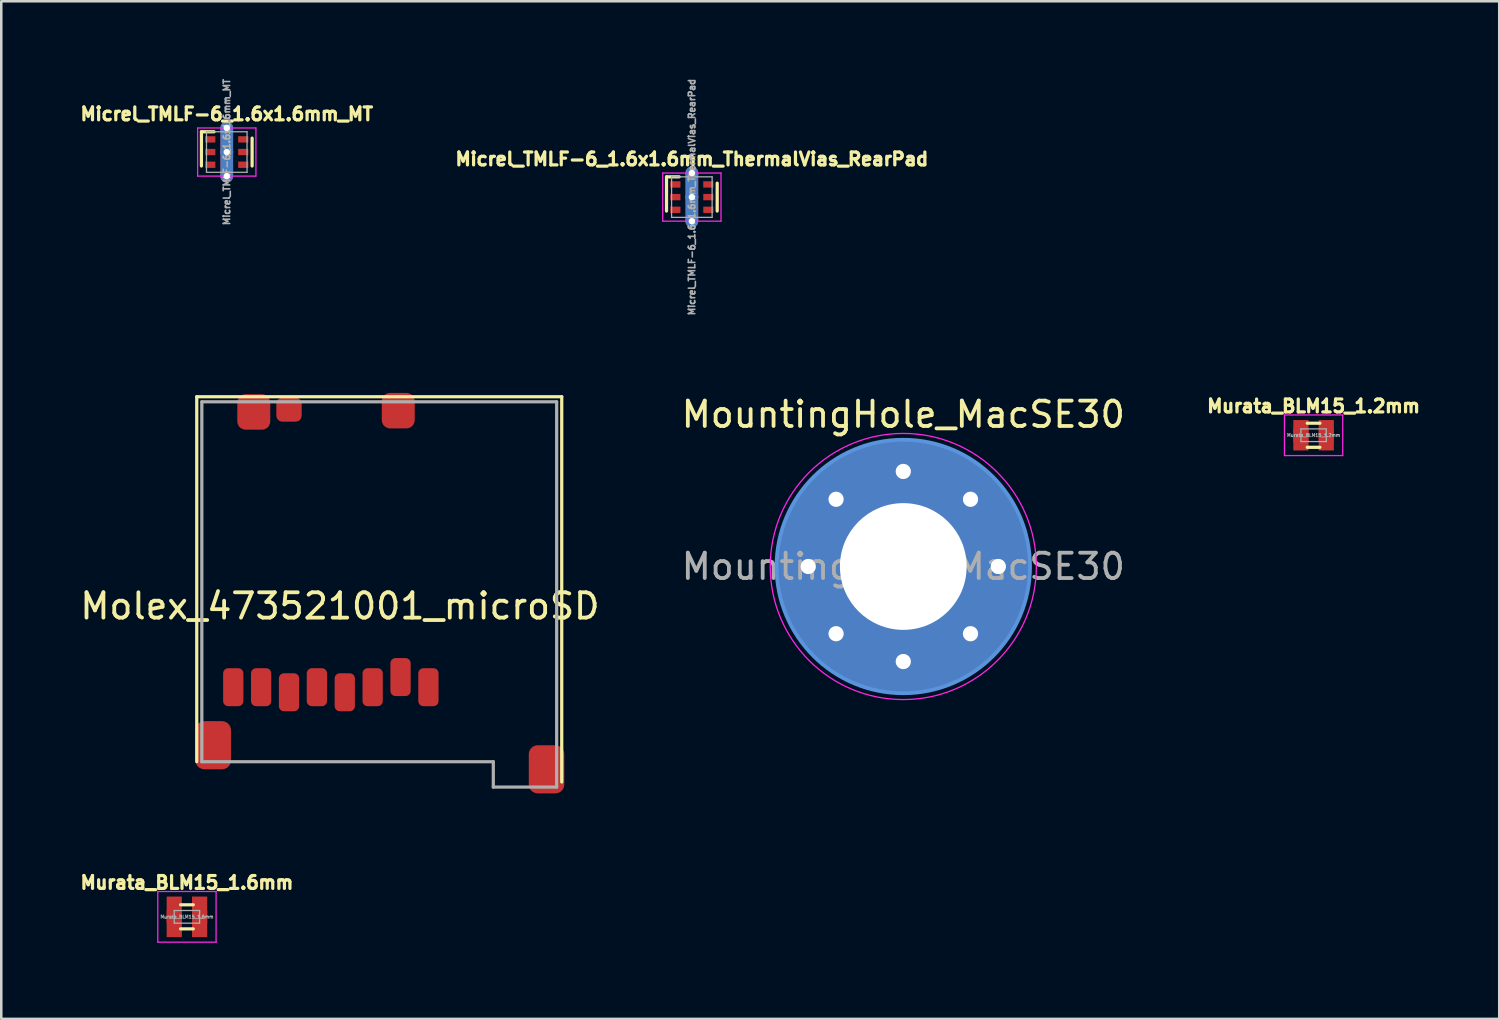
<source format=kicad_pcb>
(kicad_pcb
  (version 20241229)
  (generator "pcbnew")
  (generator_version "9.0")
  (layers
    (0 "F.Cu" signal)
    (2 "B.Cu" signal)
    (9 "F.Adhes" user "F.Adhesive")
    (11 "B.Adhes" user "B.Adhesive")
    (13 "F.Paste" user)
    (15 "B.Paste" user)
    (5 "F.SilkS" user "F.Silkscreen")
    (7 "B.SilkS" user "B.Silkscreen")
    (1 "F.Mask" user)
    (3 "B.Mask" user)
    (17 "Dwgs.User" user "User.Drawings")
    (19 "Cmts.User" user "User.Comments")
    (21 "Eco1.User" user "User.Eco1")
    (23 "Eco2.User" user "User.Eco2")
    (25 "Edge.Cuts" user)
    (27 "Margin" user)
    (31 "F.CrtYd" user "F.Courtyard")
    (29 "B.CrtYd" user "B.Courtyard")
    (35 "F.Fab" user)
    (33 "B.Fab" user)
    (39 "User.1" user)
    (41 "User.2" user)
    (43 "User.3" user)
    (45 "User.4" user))
  (footprint "Murata_BLM15_1.2mm"
    (layer "F.Cu")
    (at 48.777 14.123)
    (property "Reference" "Murata_BLM15_1.2mm" (at 0 -1.15 0) (layer "F.SilkS") (effects (font (size 0.508 0.508) (thickness 0.127))))
    (attr smd)
    (fp_line (start -0.25 0.475) (end 0.25 0.475) (stroke (width 0.127) (type solid)) (layer "F.SilkS"))
    (fp_line (start 0.25 -0.475) (end -0.25 -0.475) (stroke (width 0.127) (type solid)) (layer "F.SilkS"))
    (fp_line (start -1.15 -0.8) (end -1.15 0.8) (stroke (width 0.05) (type solid)) (layer "F.CrtYd"))
    (fp_line (start -1.15 -0.8) (end 1.15 -0.8) (stroke (width 0.05) (type solid)) (layer "F.CrtYd"))
    (fp_line (start -1.15 0.8) (end 1.15 0.8) (stroke (width 0.05) (type solid)) (layer "F.CrtYd"))
    (fp_line (start 1.15 -0.8) (end 1.15 0.8) (stroke (width 0.05) (type solid)) (layer "F.CrtYd"))
    (fp_line (start -0.5 -0.25) (end 0.5 -0.25) (stroke (width 0.05) (type solid)) (layer "F.Fab"))
    (fp_line (start -0.5 0.25) (end -0.5 -0.25) (stroke (width 0.05) (type solid)) (layer "F.Fab"))
    (fp_line (start 0.5 -0.25) (end 0.5 0.25) (stroke (width 0.05) (type solid)) (layer "F.Fab"))
    (fp_line (start 0.5 0.25) (end -0.5 0.25) (stroke (width 0.05) (type solid)) (layer "F.Fab"))
    (fp_text user "${REFERENCE}" (at 0 0 0) (layer "F.Fab") (effects (font (size 0.127 0.127) (thickness 0.032))))
    (pad "1" smd rect (at -0.5 0) (size 0.6 0.5) (layers "F.Cu" "F.Mask" "F.Paste"))
    (pad "1" smd rect (at -0.5 0) (size 0.6 1.2) (layers "F.Cu"))
    (pad "2" smd rect (at 0.5 0) (size 0.6 0.5) (layers "F.Cu" "F.Mask" "F.Paste"))
    (pad "2" smd rect (at 0.5 0) (size 0.6 1.2) (layers "F.Cu")))
  (footprint "MountingHole_MacSE30"
    (layer "F.Cu")
    (at 32.589 19.301)
    (property "Reference" "MountingHole_MacSE30" (at 0 -6 0) (layer "F.SilkS") (effects (font (size 1 1) (thickness 0.15))))
    (attr exclude_from_pos_files exclude_from_bom)
    (fp_circle (center 0 0) (end 5 0) (stroke (width 0.15) (type solid)) (fill no) (layer "Cmts.User"))
    (fp_circle (center 0 0) (end 5.25 0) (stroke (width 0.05) (type solid)) (fill no) (layer "F.CrtYd"))
    (fp_text user "${REFERENCE}" (at 0 0 0) (layer "F.Fab") (effects (font (size 1 1) (thickness 0.15))))
    (pad "1" thru_hole circle (at -3.75 0) (size 0.9 0.9) (drill 0.6) (layers "*.Cu" "*.Mask"))
    (pad "1" thru_hole circle (at -2.652 -2.652) (size 0.9 0.9) (drill 0.6) (layers "*.Cu" "*.Mask"))
    (pad "1" thru_hole circle (at -2.652 2.652) (size 0.9 0.9) (drill 0.6) (layers "*.Cu" "*.Mask"))
    (pad "1" thru_hole circle (at 0 -3.75) (size 0.9 0.9) (drill 0.6) (layers "*.Cu" "*.Mask"))
    (pad "1" thru_hole circle (at 0 0) (size 6.895 6.895) (drill 5) (layers "*.Cu" "*.Mask"))
    (pad "1" smd circle (at 0 0) (size 10 10) (layers "F.Cu" "F.Mask"))
    (pad "1" smd circle (at 0 0) (size 10 10) (layers "B.Cu" "B.Mask"))
    (pad "1" thru_hole circle (at 0 3.75) (size 0.9 0.9) (drill 0.6) (layers "*.Cu" "*.Mask"))
    (pad "1" thru_hole circle (at 2.652 -2.652) (size 0.9 0.9) (drill 0.6) (layers "*.Cu" "*.Mask"))
    (pad "1" thru_hole circle (at 2.652 2.652) (size 0.9 0.9) (drill 0.6) (layers "*.Cu" "*.Mask"))
    (pad "1" thru_hole circle (at 3.75 0) (size 0.9 0.9) (drill 0.6) (layers "*.Cu" "*.Mask")))
  (footprint "Molex_473521001_microSD"
    (layer "F.Cu")
    (at 9.453 20.363)
    (property "Reference" "Molex_473521001_microSD" (at 0.91 0.5 0) (layer "F.SilkS") (effects (font (size 1 1) (thickness 0.15))))
    (attr smd)
    (fp_line (start -4.74 -7.76) (end -4.74 6.64) (stroke (width 0.127) (type solid)) (layer "F.SilkS"))
    (fp_line (start -4.74 -7.76) (end 9.66 -7.76) (stroke (width 0.127) (type solid)) (layer "F.SilkS"))
    (fp_line (start 9.66 -7.76) (end 9.66 7.44) (stroke (width 0.127) (type solid)) (layer "F.SilkS"))
    (fp_line (start -4.54 -7.56) (end -4.54 6.64) (stroke (width 0.127) (type solid)) (layer "F.Fab"))
    (fp_line (start -4.54 -7.56) (end 9.46 -7.56) (stroke (width 0.127) (type solid)) (layer "F.Fab"))
    (fp_line (start 6.96 6.64) (end -4.54 6.64) (stroke (width 0.127) (type solid)) (layer "F.Fab"))
    (fp_line (start 6.96 7.64) (end 6.96 6.64) (stroke (width 0.127) (type solid)) (layer "F.Fab"))
    (fp_line (start 9.46 -7.56) (end 9.46 7.64) (stroke (width 0.127) (type solid)) (layer "F.Fab"))
    (fp_line (start 9.46 7.64) (end 6.96 7.64) (stroke (width 0.127) (type solid)) (layer "F.Fab"))
    (pad "1" smd roundrect (at 4.4 3.7) (size 0.8 1.5) (layers "F.Cu" "F.Mask" "F.Paste") (roundrect_rratio 0.25))
    (pad "2" smd roundrect (at 3.3 3.3) (size 0.8 1.5) (layers "F.Cu" "F.Mask" "F.Paste") (roundrect_rratio 0.25))
    (pad "3" smd roundrect (at 2.2 3.7) (size 0.8 1.5) (layers "F.Cu" "F.Mask" "F.Paste") (roundrect_rratio 0.25))
    (pad "4" smd roundrect (at 1.1 3.9) (size 0.8 1.5) (layers "F.Cu" "F.Mask" "F.Paste") (roundrect_rratio 0.25))
    (pad "5" smd roundrect (at 0 3.7) (size 0.8 1.5) (layers "F.Cu" "F.Mask" "F.Paste") (roundrect_rratio 0.25))
    (pad "6" smd roundrect (at -1.1 3.9) (size 0.8 1.5) (layers "F.Cu" "F.Mask" "F.Paste") (roundrect_rratio 0.25))
    (pad "7" smd roundrect (at -2.2 3.7) (size 0.8 1.5) (layers "F.Cu" "F.Mask" "F.Paste") (roundrect_rratio 0.25))
    (pad "8" smd roundrect (at -3.3 3.7) (size 0.8 1.5) (layers "F.Cu" "F.Mask" "F.Paste") (roundrect_rratio 0.25))
    (pad "9" smd roundrect (at -1.1 -7.25) (size 1 0.95) (layers "F.Cu" "F.Mask" "F.Paste") (roundrect_rratio 0.25))
    (pad "10" smd roundrect (at -4.09 5.99) (size 1.4 1.9) (layers "F.Cu" "F.Mask" "F.Paste") (roundrect_rratio 0.25))
    (pad "10" smd roundrect (at -2.49 -7.16) (size 1.3 1.4) (layers "F.Cu" "F.Mask" "F.Paste") (roundrect_rratio 0.25))
    (pad "10" smd roundrect (at 3.21 -7.21) (size 1.3 1.4) (layers "F.Cu" "F.Mask" "F.Paste") (roundrect_rratio 0.25))
    (pad "10" smd roundrect (at 9.06 6.94) (size 1.4 1.9) (layers "F.Cu" "F.Mask" "F.Paste") (roundrect_rratio 0.25)))
  (footprint "Micrel_TMLF-6_1.6x1.6mm_ThermalVias_RearPad"
    (layer "F.Cu")
    (at 24.247 4.727)
    (property "Reference" "Micrel_TMLF-6_1.6x1.6mm_ThermalVias_RearPad" (at 0 -1.5 0) (layer "F.SilkS") (effects (font (size 0.508 0.508) (thickness 0.127))))
    (attr through_hole)
    (fp_line (start -1 -0.8) (end -0.5 -0.8) (stroke (width 0.127) (type solid)) (layer "F.SilkS"))
    (fp_line (start -1 0.55) (end -1 -0.8) (stroke (width 0.127) (type solid)) (layer "F.SilkS"))
    (fp_line (start 1 -0.55) (end 1 0.55) (stroke (width 0.127) (type solid)) (layer "F.SilkS"))
    (fp_line (start -1.15 -0.95) (end 1.15 -0.95) (stroke (width 0.05) (type solid)) (layer "F.CrtYd"))
    (fp_line (start -1.15 0.95) (end -1.15 -0.95) (stroke (width 0.05) (type solid)) (layer "F.CrtYd"))
    (fp_line (start 1.15 -0.95) (end 1.15 0.95) (stroke (width 0.05) (type solid)) (layer "F.CrtYd"))
    (fp_line (start 1.15 0.95) (end -1.15 0.95) (stroke (width 0.05) (type solid)) (layer "F.CrtYd"))
    (fp_line (start -0.8 -0.8) (end 0.8 -0.8) (stroke (width 0.05) (type solid)) (layer "F.Fab"))
    (fp_line (start -0.8 0.8) (end -0.8 -0.8) (stroke (width 0.05) (type solid)) (layer "F.Fab"))
    (fp_line (start 0.8 -0.8) (end 0.8 0.8) (stroke (width 0.05) (type solid)) (layer "F.Fab"))
    (fp_line (start 0.8 0.8) (end -0.8 0.8) (stroke (width 0.05) (type solid)) (layer "F.Fab"))
    (fp_text user "${REFERENCE}" (at 0 0 90) (layer "F.Fab") (effects (font (size 0.254 0.254) (thickness 0.064))))
    (pad "" smd rect (at 0 -0.325) (size 0.3 0.55) (layers "F.Paste"))
    (pad "" smd rect (at 0 0.325) (size 0.3 0.55) (layers "F.Paste"))
    (pad "1" smd rect (at -0.65 -0.5) (size 0.4 0.25) (layers "F.Cu" "F.Mask" "F.Paste"))
    (pad "2" smd rect (at -0.65 0) (size 0.4 0.25) (layers "F.Cu" "F.Mask" "F.Paste"))
    (pad "3" smd rect (at -0.65 0.5) (size 0.4 0.25) (layers "F.Cu" "F.Mask" "F.Paste"))
    (pad "4" smd rect (at 0.65 0.5) (size 0.4 0.25) (layers "F.Cu" "F.Mask" "F.Paste"))
    (pad "5" smd rect (at 0.65 0) (size 0.4 0.25) (layers "F.Cu" "F.Mask" "F.Paste"))
    (pad "6" smd rect (at 0.65 -0.5) (size 0.4 0.25) (layers "F.Cu" "F.Mask" "F.Paste"))
    (pad "7" thru_hole circle (at 0 -0.95) (size 0.508 0.508) (drill 0.254) (layers "*.Cu" "B.Mask"))
    (pad "7" smd rect (at 0 -0.825) (size 0.5 0.25) (layers "F.Cu"))
    (pad "7" smd rect (at 0 0) (size 0.5 1.4) (layers "F.Cu" "F.Mask"))
    (pad "7" smd rect (at 0 0) (size 0.5 1.9) (layers "B.Cu" "B.Mask"))
    (pad "7" thru_hole circle (at 0 0) (size 0.508 0.508) (drill 0.254) (layers "*.Cu" "*.Mask"))
    (pad "7" smd rect (at 0 0.825) (size 0.5 0.25) (layers "F.Cu"))
    (pad "7" thru_hole circle (at 0 0.95) (size 0.508 0.508) (drill 0.254) (layers "*.Cu" "B.Mask")))
  (footprint "Micrel_TMLF-6_1.6x1.6mm_MT"
    (layer "F.Cu")
    (at 5.897 2.949)
    (property "Reference" "Micrel_TMLF-6_1.6x1.6mm_MT" (at 0 -1.5 0) (layer "F.SilkS") (effects (font (size 0.508 0.508) (thickness 0.127))))
    (attr through_hole)
    (fp_line (start -1 -0.8) (end -0.5 -0.8) (stroke (width 0.127) (type solid)) (layer "F.SilkS"))
    (fp_line (start -1 0.55) (end -1 -0.8) (stroke (width 0.127) (type solid)) (layer "F.SilkS"))
    (fp_line (start 1 -0.55) (end 1 0.55) (stroke (width 0.127) (type solid)) (layer "F.SilkS"))
    (fp_line (start -1.15 -0.95) (end 1.15 -0.95) (stroke (width 0.05) (type solid)) (layer "F.CrtYd"))
    (fp_line (start -1.15 0.95) (end -1.15 -0.95) (stroke (width 0.05) (type solid)) (layer "F.CrtYd"))
    (fp_line (start 1.15 -0.95) (end 1.15 0.95) (stroke (width 0.05) (type solid)) (layer "F.CrtYd"))
    (fp_line (start 1.15 0.95) (end -1.15 0.95) (stroke (width 0.05) (type solid)) (layer "F.CrtYd"))
    (fp_line (start -0.8 -0.8) (end 0.8 -0.8) (stroke (width 0.05) (type solid)) (layer "F.Fab"))
    (fp_line (start -0.8 0.8) (end -0.8 -0.8) (stroke (width 0.05) (type solid)) (layer "F.Fab"))
    (fp_line (start 0.8 -0.8) (end 0.8 0.8) (stroke (width 0.05) (type solid)) (layer "F.Fab"))
    (fp_line (start 0.8 0.8) (end -0.8 0.8) (stroke (width 0.05) (type solid)) (layer "F.Fab"))
    (fp_text user "${REFERENCE}" (at 0 0 90) (layer "F.Fab") (effects (font (size 0.254 0.254) (thickness 0.064))))
    (pad "" smd rect (at 0 -0.325) (size 0.3 0.55) (layers "F.Paste"))
    (pad "" smd rect (at 0 0.325) (size 0.3 0.55) (layers "F.Paste"))
    (pad "1" smd rect (at -0.65 -0.5) (size 0.4 0.25) (layers "F.Cu" "F.Mask" "F.Paste"))
    (pad "2" smd rect (at -0.65 0) (size 0.4 0.25) (layers "F.Cu" "F.Mask" "F.Paste"))
    (pad "3" smd rect (at -0.65 0.5) (size 0.4 0.25) (layers "F.Cu" "F.Mask" "F.Paste"))
    (pad "4" smd rect (at 0.65 0.5) (size 0.4 0.25) (layers "F.Cu" "F.Mask" "F.Paste"))
    (pad "5" smd rect (at 0.65 0) (size 0.4 0.25) (layers "F.Cu" "F.Mask" "F.Paste"))
    (pad "6" smd rect (at 0.65 -0.5) (size 0.4 0.25) (layers "F.Cu" "F.Mask" "F.Paste"))
    (pad "7" thru_hole circle (at 0 -0.95) (size 0.508 0.508) (drill 0.254) (layers "*.Cu" "B.Mask"))
    (pad "7" smd rect (at 0 -0.825) (size 0.5 0.25) (layers "F.Cu"))
    (pad "7" smd rect (at 0 0) (size 0.5 1.4) (layers "F.Cu" "F.Mask"))
    (pad "7" smd rect (at 0 0) (size 0.5 1.9) (layers "B.Cu" "B.Mask"))
    (pad "7" thru_hole circle (at 0 0) (size 0.508 0.508) (drill 0.254) (layers "*.Cu" "*.Mask"))
    (pad "7" smd rect (at 0 0.825) (size 0.5 0.25) (layers "F.Cu"))
    (pad "7" thru_hole circle (at 0 0.95) (size 0.508 0.508) (drill 0.254) (layers "*.Cu" "B.Mask")))
  (footprint "Murata_BLM15_1.6mm"
    (layer "F.Cu")
    (at 4.325 33.123)
    (property "Reference" "Murata_BLM15_1.6mm" (at 0 -1.35 0) (layer "F.SilkS") (effects (font (size 0.508 0.508) (thickness 0.127))))
    (attr smd)
    (fp_line (start -0.25 0.475) (end 0.25 0.475) (stroke (width 0.127) (type solid)) (layer "F.SilkS"))
    (fp_line (start 0.25 -0.475) (end -0.25 -0.475) (stroke (width 0.127) (type solid)) (layer "F.SilkS"))
    (fp_line (start -1.15 -1) (end -1.15 1) (stroke (width 0.05) (type solid)) (layer "F.CrtYd"))
    (fp_line (start -1.15 -1) (end 1.15 -1) (stroke (width 0.05) (type solid)) (layer "F.CrtYd"))
    (fp_line (start -1.15 1) (end 1.15 1) (stroke (width 0.05) (type solid)) (layer "F.CrtYd"))
    (fp_line (start 1.15 -1) (end 1.15 1) (stroke (width 0.05) (type solid)) (layer "F.CrtYd"))
    (fp_line (start -0.5 -0.25) (end 0.5 -0.25) (stroke (width 0.05) (type solid)) (layer "F.Fab"))
    (fp_line (start -0.5 0.25) (end -0.5 -0.25) (stroke (width 0.05) (type solid)) (layer "F.Fab"))
    (fp_line (start 0.5 -0.25) (end 0.5 0.25) (stroke (width 0.05) (type solid)) (layer "F.Fab"))
    (fp_line (start 0.5 0.25) (end -0.5 0.25) (stroke (width 0.05) (type solid)) (layer "F.Fab"))
    (fp_text user "${REFERENCE}" (at 0 0 0) (layer "F.Fab") (effects (font (size 0.127 0.127) (thickness 0.032))))
    (pad "1" smd rect (at -0.5 0) (size 0.6 0.5) (layers "F.Cu" "F.Mask" "F.Paste"))
    (pad "1" smd rect (at -0.5 0) (size 0.6 1.6) (layers "F.Cu"))
    (pad "2" smd rect (at 0.5 0) (size 0.6 0.5) (layers "F.Cu" "F.Mask" "F.Paste"))
    (pad "2" smd rect (at 0.5 0) (size 0.6 1.6) (layers "F.Cu")))
  (gr_rect
    (start -3 -3)
    (end 56.102 37.148)
    (stroke (width 0.1) (type default))
    (fill no)
    (layer "Edge.Cuts")))
</source>
